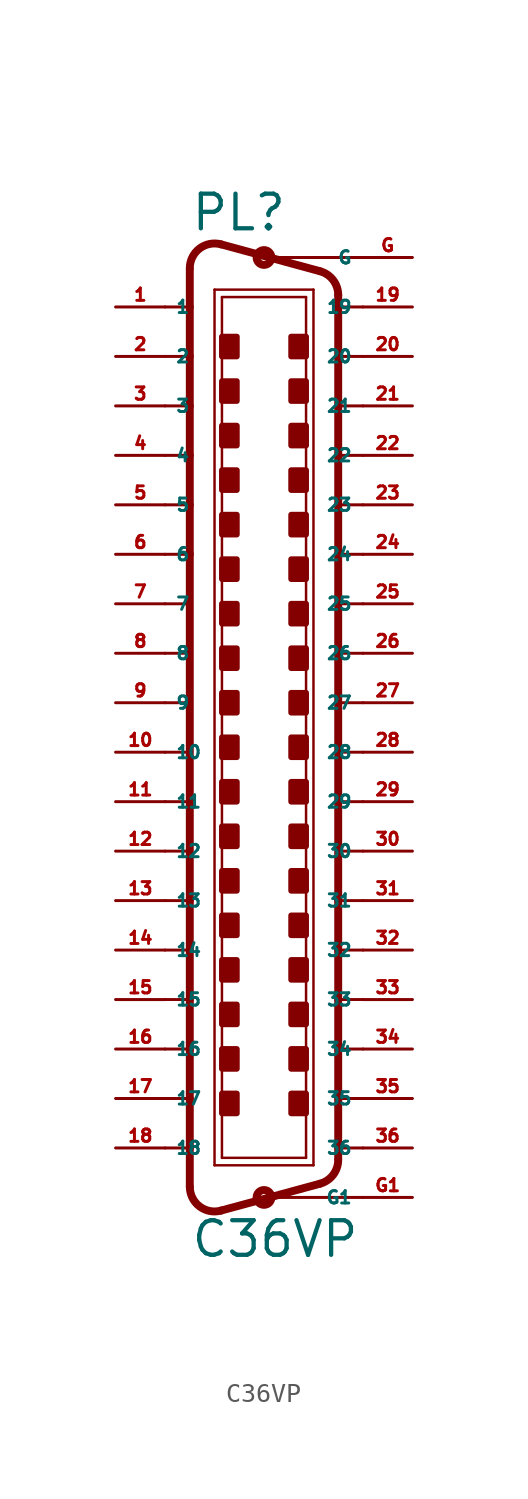
<source format=kicad_sym>
(kicad_symbol_lib
  (version 20220914)
  (generator Eagle2Kicad)
  (symbol "C36VP"
    (property "Reference" "PL"
      (at -3.81 24.13 0)
      (effects (font (size 1.778 1.778) (thickness 0.22)) (justify left bottom)))
    (property "Value" "C36VP"
      (at -3.81 -28.575 0)
      (effects (font (size 1.778 1.778) (thickness 0.22)) (justify left bottom)))
    (polyline
      (pts (xy -2.54 21.209) (xy 2.54 21.209))
      (stroke (width 0.127) (type default))
      (fill (type none)))
    (polyline
      (pts (xy -2.54 -23.749) (xy 2.54 -23.749))
      (stroke (width 0.127) (type default))
      (fill (type none)))
    (polyline
      (pts (xy -2.159 20.828) (xy 2.159 20.828))
      (stroke (width 0.127) (type default))
      (fill (type none)))
    (polyline
      (pts (xy 2.159 -23.368) (xy -2.159 -23.368))
      (stroke (width 0.127) (type default))
      (fill (type none)))
    (polyline
      (pts (xy 2.873 22.155) (xy -2.207 23.535))
      (stroke (width 0.406) (type default))
      (fill (type none)))
    (polyline
      (pts (xy 2.873 -24.695) (xy -2.207 -26.075))
      (stroke (width 0.406) (type default))
      (fill (type none)))
    (polyline
      (pts (xy -2.54 -23.749) (xy -2.54 21.209))
      (stroke (width 0.127) (type default))
      (fill (type none)))
    (polyline
      (pts (xy -3.81 22.264) (xy -3.81 20.32))
      (stroke (width 0.406) (type default))
      (fill (type none)))
    (polyline
      (pts (xy -3.81 20.32) (xy -3.81 17.78))
      (stroke (width 0.406) (type default))
      (fill (type none)))
    (polyline
      (pts (xy -3.81 17.78) (xy -3.81 15.24))
      (stroke (width 0.406) (type default))
      (fill (type none)))
    (polyline
      (pts (xy -3.81 15.24) (xy -3.81 12.7))
      (stroke (width 0.406) (type default))
      (fill (type none)))
    (polyline
      (pts (xy -3.81 12.7) (xy -3.81 10.16))
      (stroke (width 0.406) (type default))
      (fill (type none)))
    (polyline
      (pts (xy -3.81 10.16) (xy -3.81 7.62))
      (stroke (width 0.406) (type default))
      (fill (type none)))
    (polyline
      (pts (xy -3.81 7.62) (xy -3.81 -10.16))
      (stroke (width 0.406) (type default))
      (fill (type none)))
    (polyline
      (pts (xy -3.81 -10.16) (xy -3.81 -12.7))
      (stroke (width 0.406) (type default))
      (fill (type none)))
    (polyline
      (pts (xy -3.81 -12.7) (xy -3.81 -15.24))
      (stroke (width 0.406) (type default))
      (fill (type none)))
    (polyline
      (pts (xy -3.81 -15.24) (xy -3.81 -17.78))
      (stroke (width 0.406) (type default))
      (fill (type none)))
    (polyline
      (pts (xy -3.81 -17.78) (xy -3.81 -20.32))
      (stroke (width 0.406) (type default))
      (fill (type none)))
    (polyline
      (pts (xy -3.81 -20.32) (xy -3.81 -22.86))
      (stroke (width 0.406) (type default))
      (fill (type none)))
    (polyline
      (pts (xy -3.81 -22.86) (xy -3.81 -24.85))
      (stroke (width 0.406) (type default))
      (fill (type none)))
    (arc
      (start -3.81 -24.8498)
      (mid -3.311 -25.859)
      (end -2.207 -26.0754)
      (stroke (width 0.4064) (type default))
      (fill (type none)))
    (arc
      (start -2.207 23.5353)
      (mid -3.311 23.319)
      (end -3.81 22.3098)
      (stroke (width 0.4064) (type default))
      (fill (type none)))
    (polyline
      (pts (xy -2.159 -23.368) (xy -2.159 20.828))
      (stroke (width 0.127) (type default))
      (fill (type none)))
    (polyline
      (pts (xy 2.54 -23.749) (xy 2.54 21.209))
      (stroke (width 0.127) (type default))
      (fill (type none)))
    (polyline
      (pts (xy 3.81 -23.424) (xy 3.81 -22.86))
      (stroke (width 0.406) (type default))
      (fill (type none)))
    (polyline
      (pts (xy 3.81 -22.86) (xy 3.81 -20.32))
      (stroke (width 0.406) (type default))
      (fill (type none)))
    (polyline
      (pts (xy 3.81 -20.32) (xy 3.81 -17.78))
      (stroke (width 0.406) (type default))
      (fill (type none)))
    (polyline
      (pts (xy 3.81 -17.78) (xy 3.81 -15.24))
      (stroke (width 0.406) (type default))
      (fill (type none)))
    (polyline
      (pts (xy 3.81 -15.24) (xy 3.81 -12.7))
      (stroke (width 0.406) (type default))
      (fill (type none)))
    (polyline
      (pts (xy 3.81 -12.7) (xy 3.81 -10.16))
      (stroke (width 0.406) (type default))
      (fill (type none)))
    (polyline
      (pts (xy 3.81 -10.16) (xy 3.81 7.62))
      (stroke (width 0.406) (type default))
      (fill (type none)))
    (polyline
      (pts (xy 3.81 7.62) (xy 3.81 10.16))
      (stroke (width 0.406) (type default))
      (fill (type none)))
    (polyline
      (pts (xy 3.81 10.16) (xy 3.81 12.7))
      (stroke (width 0.406) (type default))
      (fill (type none)))
    (polyline
      (pts (xy 3.81 12.7) (xy 3.81 15.24))
      (stroke (width 0.406) (type default))
      (fill (type none)))
    (polyline
      (pts (xy 3.81 15.24) (xy 3.81 17.78))
      (stroke (width 0.406) (type default))
      (fill (type none)))
    (polyline
      (pts (xy 3.81 17.78) (xy 3.81 20.32))
      (stroke (width 0.406) (type default))
      (fill (type none)))
    (polyline
      (pts (xy 3.81 20.32) (xy 3.81 20.93))
      (stroke (width 0.406) (type default))
      (fill (type none)))
    (arc
      (start 2.873 -24.6951)
      (mid 3.549 -24.241)
      (end 3.81 -23.4696)
      (stroke (width 0.4064) (type default))
      (fill (type none)))
    (polyline
      (pts (xy 2.159 20.828) (xy 2.159 -23.368))
      (stroke (width 0.127) (type default))
      (fill (type none)))
    (arc
      (start 3.81 20.9296)
      (mid 3.549 21.701)
      (end 2.873 22.1552)
      (stroke (width 0.4064) (type default))
      (fill (type none)))
    (polyline
      (pts (xy -5.08 20.32) (xy -3.81 20.32))
      (stroke (width 0.152) (type default))
      (fill (type none)))
    (polyline
      (pts (xy -5.08 17.78) (xy -3.81 17.78))
      (stroke (width 0.152) (type default))
      (fill (type none)))
    (polyline
      (pts (xy -5.08 15.24) (xy -3.81 15.24))
      (stroke (width 0.152) (type default))
      (fill (type none)))
    (polyline
      (pts (xy -5.08 -15.24) (xy -3.81 -15.24))
      (stroke (width 0.152) (type default))
      (fill (type none)))
    (polyline
      (pts (xy -5.08 -17.78) (xy -3.81 -17.78))
      (stroke (width 0.152) (type default))
      (fill (type none)))
    (polyline
      (pts (xy -5.08 -20.32) (xy -3.81 -20.32))
      (stroke (width 0.152) (type default))
      (fill (type none)))
    (polyline
      (pts (xy -5.08 -22.86) (xy -3.81 -22.86))
      (stroke (width 0.152) (type default))
      (fill (type none)))
    (polyline
      (pts (xy 5.08 -22.86) (xy 3.81 -22.86))
      (stroke (width 0.152) (type default))
      (fill (type none)))
    (polyline
      (pts (xy 5.08 -20.32) (xy 3.81 -20.32))
      (stroke (width 0.152) (type default))
      (fill (type none)))
    (polyline
      (pts (xy 5.08 -17.78) (xy 3.81 -17.78))
      (stroke (width 0.152) (type default))
      (fill (type none)))
    (polyline
      (pts (xy 5.08 -15.24) (xy 3.81 -15.24))
      (stroke (width 0.152) (type default))
      (fill (type none)))
    (polyline
      (pts (xy 5.08 15.24) (xy 3.81 15.24))
      (stroke (width 0.152) (type default))
      (fill (type none)))
    (polyline
      (pts (xy 5.08 17.78) (xy 3.81 17.78))
      (stroke (width 0.152) (type default))
      (fill (type none)))
    (polyline
      (pts (xy 5.08 20.32) (xy 3.81 20.32))
      (stroke (width 0.152) (type default))
      (fill (type none)))
    (polyline
      (pts (xy 5.08 12.7) (xy 3.81 12.7))
      (stroke (width 0.152) (type default))
      (fill (type none)))
    (polyline
      (pts (xy 5.08 10.16) (xy 3.81 10.16))
      (stroke (width 0.152) (type default))
      (fill (type none)))
    (polyline
      (pts (xy 5.08 7.62) (xy 3.81 7.62))
      (stroke (width 0.152) (type default))
      (fill (type none)))
    (polyline
      (pts (xy 5.08 -10.16) (xy 3.81 -10.16))
      (stroke (width 0.152) (type default))
      (fill (type none)))
    (polyline
      (pts (xy 5.08 -12.7) (xy 3.81 -12.7))
      (stroke (width 0.152) (type default))
      (fill (type none)))
    (polyline
      (pts (xy -3.81 12.7) (xy -5.08 12.7))
      (stroke (width 0.152) (type default))
      (fill (type none)))
    (polyline
      (pts (xy -3.81 10.16) (xy -5.08 10.16))
      (stroke (width 0.152) (type default))
      (fill (type none)))
    (polyline
      (pts (xy -3.81 7.62) (xy -5.08 7.62))
      (stroke (width 0.152) (type default))
      (fill (type none)))
    (polyline
      (pts (xy -3.81 -10.16) (xy -5.08 -10.16))
      (stroke (width 0.152) (type default))
      (fill (type none)))
    (polyline
      (pts (xy -3.81 -12.7) (xy -5.08 -12.7))
      (stroke (width 0.152) (type default))
      (fill (type none)))
    (polyline
      (pts (xy -5.08 0) (xy -3.81 0))
      (stroke (width 0.152) (type default))
      (fill (type none)))
    (polyline
      (pts (xy -5.08 -2.54) (xy -3.81 -2.54))
      (stroke (width 0.152) (type default))
      (fill (type none)))
    (polyline
      (pts (xy -5.08 -5.08) (xy -3.81 -5.08))
      (stroke (width 0.152) (type default))
      (fill (type none)))
    (polyline
      (pts (xy -5.08 -7.62) (xy -3.81 -7.62))
      (stroke (width 0.152) (type default))
      (fill (type none)))
    (polyline
      (pts (xy -3.81 5.08) (xy -5.08 5.08))
      (stroke (width 0.152) (type default))
      (fill (type none)))
    (polyline
      (pts (xy -3.81 2.54) (xy -5.08 2.54))
      (stroke (width 0.152) (type default))
      (fill (type none)))
    (polyline
      (pts (xy 5.08 -2.54) (xy 3.81 -2.54))
      (stroke (width 0.152) (type default))
      (fill (type none)))
    (polyline
      (pts (xy 5.08 0) (xy 3.81 0))
      (stroke (width 0.152) (type default))
      (fill (type none)))
    (polyline
      (pts (xy 5.08 2.54) (xy 3.81 2.54))
      (stroke (width 0.152) (type default))
      (fill (type none)))
    (polyline
      (pts (xy 5.08 5.08) (xy 3.81 5.08))
      (stroke (width 0.152) (type default))
      (fill (type none)))
    (polyline
      (pts (xy 3.81 -7.62) (xy 5.08 -7.62))
      (stroke (width 0.152) (type default))
      (fill (type none)))
    (polyline
      (pts (xy 3.81 -5.08) (xy 5.08 -5.08))
      (stroke (width 0.152) (type default))
      (fill (type none)))
    (polyline
      (pts (xy 5.08 22.86) (xy 0 22.86))
      (stroke (width 0.152) (type default))
      (fill (type none)))
    (polyline
      (pts (xy 5.08 -25.4) (xy 0 -25.4))
      (stroke (width 0.152) (type default))
      (fill (type none)))
    (circle
      (center 0 22.86)
      (radius 0.381)
      (stroke (width 0.406) (type default))
      (fill (type none)))
    (circle
      (center 0 -25.4)
      (radius 0.381)
      (stroke (width 0.406) (type default))
      (fill (type none)))
    (rectangle
      (start -2.159 17.78)
      (end -1.397 18.796)
      (stroke (width 0.3) (type default))
      (fill (type outline)))
    (rectangle
      (start -2.159 15.494)
      (end -1.397 16.51)
      (stroke (width 0.3) (type default))
      (fill (type outline)))
    (rectangle
      (start 1.397 17.78)
      (end 2.159 18.796)
      (stroke (width 0.3) (type default))
      (fill (type outline)))
    (rectangle
      (start 1.397 15.494)
      (end 2.159 16.51)
      (stroke (width 0.3) (type default))
      (fill (type outline)))
    (rectangle
      (start -2.159 13.208)
      (end -1.397 14.224)
      (stroke (width 0.3) (type default))
      (fill (type outline)))
    (rectangle
      (start -2.159 10.922)
      (end -1.397 11.938)
      (stroke (width 0.3) (type default))
      (fill (type outline)))
    (rectangle
      (start 1.397 13.208)
      (end 2.159 14.224)
      (stroke (width 0.3) (type default))
      (fill (type outline)))
    (rectangle
      (start 1.397 10.922)
      (end 2.159 11.938)
      (stroke (width 0.3) (type default))
      (fill (type outline)))
    (rectangle
      (start -2.159 8.636)
      (end -1.397 9.652)
      (stroke (width 0.3) (type default))
      (fill (type outline)))
    (rectangle
      (start -2.159 -14.224)
      (end -1.397 -13.208)
      (stroke (width 0.3) (type default))
      (fill (type outline)))
    (rectangle
      (start 1.397 -14.224)
      (end 2.159 -13.208)
      (stroke (width 0.3) (type default))
      (fill (type outline)))
    (rectangle
      (start 1.397 -16.51)
      (end 2.159 -15.494)
      (stroke (width 0.3) (type default))
      (fill (type outline)))
    (rectangle
      (start -2.159 -16.51)
      (end -1.397 -15.494)
      (stroke (width 0.3) (type default))
      (fill (type outline)))
    (rectangle
      (start -2.159 -18.796)
      (end -1.397 -17.78)
      (stroke (width 0.3) (type default))
      (fill (type outline)))
    (rectangle
      (start 1.397 -11.938)
      (end 2.159 -10.922)
      (stroke (width 0.3) (type default))
      (fill (type outline)))
    (rectangle
      (start 1.397 -18.796)
      (end 2.159 -17.78)
      (stroke (width 0.3) (type default))
      (fill (type outline)))
    (rectangle
      (start -2.159 -21.082)
      (end -1.397 -20.066)
      (stroke (width 0.3) (type default))
      (fill (type outline)))
    (rectangle
      (start 1.397 -21.082)
      (end 2.159 -20.066)
      (stroke (width 0.3) (type default))
      (fill (type outline)))
    (rectangle
      (start -2.159 6.35)
      (end -1.397 7.366)
      (stroke (width 0.3) (type default))
      (fill (type outline)))
    (rectangle
      (start -2.159 -9.652)
      (end -1.397 -8.636)
      (stroke (width 0.3) (type default))
      (fill (type outline)))
    (rectangle
      (start -2.159 -11.938)
      (end -1.397 -10.922)
      (stroke (width 0.3) (type default))
      (fill (type outline)))
    (rectangle
      (start 1.397 -9.652)
      (end 2.159 -8.636)
      (stroke (width 0.3) (type default))
      (fill (type outline)))
    (rectangle
      (start 1.397 6.35)
      (end 2.159 7.366)
      (stroke (width 0.3) (type default))
      (fill (type outline)))
    (rectangle
      (start 1.397 8.636)
      (end 2.159 9.652)
      (stroke (width 0.3) (type default))
      (fill (type outline)))
    (rectangle
      (start -2.159 4.064)
      (end -1.397 5.08)
      (stroke (width 0.3) (type default))
      (fill (type outline)))
    (rectangle
      (start -2.159 1.778)
      (end -1.397 2.794)
      (stroke (width 0.3) (type default))
      (fill (type outline)))
    (rectangle
      (start -2.159 -0.508)
      (end -1.397 0.508)
      (stroke (width 0.3) (type default))
      (fill (type outline)))
    (rectangle
      (start -2.159 -2.794)
      (end -1.397 -1.778)
      (stroke (width 0.3) (type default))
      (fill (type outline)))
    (rectangle
      (start -2.159 -5.08)
      (end -1.397 -4.064)
      (stroke (width 0.3) (type default))
      (fill (type outline)))
    (rectangle
      (start -2.159 -7.366)
      (end -1.397 -6.35)
      (stroke (width 0.3) (type default))
      (fill (type outline)))
    (rectangle
      (start 1.397 4.064)
      (end 2.159 5.08)
      (stroke (width 0.3) (type default))
      (fill (type outline)))
    (rectangle
      (start 1.397 1.778)
      (end 2.159 2.794)
      (stroke (width 0.3) (type default))
      (fill (type outline)))
    (rectangle
      (start 1.397 -0.508)
      (end 2.159 0.508)
      (stroke (width 0.3) (type default))
      (fill (type outline)))
    (rectangle
      (start 1.397 -2.794)
      (end 2.159 -1.778)
      (stroke (width 0.3) (type default))
      (fill (type outline)))
    (rectangle
      (start 1.397 -5.08)
      (end 2.159 -4.064)
      (stroke (width 0.3) (type default))
      (fill (type outline)))
    (rectangle
      (start 1.397 -7.366)
      (end 2.159 -6.35)
      (stroke (width 0.3) (type default))
      (fill (type outline)))
    (pin passive line
      (at 7.62 22.86 180)
      (length 2.54)
      (name "G" (effects (font (size 0.635 0.635) (thickness 0.08)) (justify left bottom)))
      (number "G" (effects (font (size 0.635 0.635) (thickness 0.08)) (justify left bottom))))
    (pin passive line
      (at 7.62 -25.4 180)
      (length 2.54)
      (name "G1" (effects (font (size 0.635 0.635) (thickness 0.08)) (justify left bottom)))
      (number "G1" (effects (font (size 0.635 0.635) (thickness 0.08)) (justify left bottom))))
    (pin passive line
      (at -7.62 20.32 0)
      (length 2.54)
      (name "1" (effects (font (size 0.635 0.635) (thickness 0.08)) (justify left bottom)))
      (number "1" (effects (font (size 0.635 0.635) (thickness 0.08)) (justify left bottom))))
    (pin passive line
      (at -7.62 17.78 0)
      (length 2.54)
      (name "2" (effects (font (size 0.635 0.635) (thickness 0.08)) (justify left bottom)))
      (number "2" (effects (font (size 0.635 0.635) (thickness 0.08)) (justify left bottom))))
    (pin passive line
      (at -7.62 15.24 0)
      (length 2.54)
      (name "3" (effects (font (size 0.635 0.635) (thickness 0.08)) (justify left bottom)))
      (number "3" (effects (font (size 0.635 0.635) (thickness 0.08)) (justify left bottom))))
    (pin passive line
      (at -7.62 12.7 0)
      (length 2.54)
      (name "4" (effects (font (size 0.635 0.635) (thickness 0.08)) (justify left bottom)))
      (number "4" (effects (font (size 0.635 0.635) (thickness 0.08)) (justify left bottom))))
    (pin passive line
      (at -7.62 10.16 0)
      (length 2.54)
      (name "5" (effects (font (size 0.635 0.635) (thickness 0.08)) (justify left bottom)))
      (number "5" (effects (font (size 0.635 0.635) (thickness 0.08)) (justify left bottom))))
    (pin passive line
      (at -7.62 7.62 0)
      (length 2.54)
      (name "6" (effects (font (size 0.635 0.635) (thickness 0.08)) (justify left bottom)))
      (number "6" (effects (font (size 0.635 0.635) (thickness 0.08)) (justify left bottom))))
    (pin passive line
      (at -7.62 5.08 0)
      (length 2.54)
      (name "7" (effects (font (size 0.635 0.635) (thickness 0.08)) (justify left bottom)))
      (number "7" (effects (font (size 0.635 0.635) (thickness 0.08)) (justify left bottom))))
    (pin passive line
      (at -7.62 2.54 0)
      (length 2.54)
      (name "8" (effects (font (size 0.635 0.635) (thickness 0.08)) (justify left bottom)))
      (number "8" (effects (font (size 0.635 0.635) (thickness 0.08)) (justify left bottom))))
    (pin passive line
      (at -7.62 0 0)
      (length 2.54)
      (name "9" (effects (font (size 0.635 0.635) (thickness 0.08)) (justify left bottom)))
      (number "9" (effects (font (size 0.635 0.635) (thickness 0.08)) (justify left bottom))))
    (pin passive line
      (at -7.62 -2.54 0)
      (length 2.54)
      (name "10" (effects (font (size 0.635 0.635) (thickness 0.08)) (justify left bottom)))
      (number "10" (effects (font (size 0.635 0.635) (thickness 0.08)) (justify left bottom))))
    (pin passive line
      (at -7.62 -5.08 0)
      (length 2.54)
      (name "11" (effects (font (size 0.635 0.635) (thickness 0.08)) (justify left bottom)))
      (number "11" (effects (font (size 0.635 0.635) (thickness 0.08)) (justify left bottom))))
    (pin passive line
      (at -7.62 -7.62 0)
      (length 2.54)
      (name "12" (effects (font (size 0.635 0.635) (thickness 0.08)) (justify left bottom)))
      (number "12" (effects (font (size 0.635 0.635) (thickness 0.08)) (justify left bottom))))
    (pin passive line
      (at -7.62 -10.16 0)
      (length 2.54)
      (name "13" (effects (font (size 0.635 0.635) (thickness 0.08)) (justify left bottom)))
      (number "13" (effects (font (size 0.635 0.635) (thickness 0.08)) (justify left bottom))))
    (pin passive line
      (at -7.62 -12.7 0)
      (length 2.54)
      (name "14" (effects (font (size 0.635 0.635) (thickness 0.08)) (justify left bottom)))
      (number "14" (effects (font (size 0.635 0.635) (thickness 0.08)) (justify left bottom))))
    (pin passive line
      (at -7.62 -15.24 0)
      (length 2.54)
      (name "15" (effects (font (size 0.635 0.635) (thickness 0.08)) (justify left bottom)))
      (number "15" (effects (font (size 0.635 0.635) (thickness 0.08)) (justify left bottom))))
    (pin passive line
      (at -7.62 -17.78 0)
      (length 2.54)
      (name "16" (effects (font (size 0.635 0.635) (thickness 0.08)) (justify left bottom)))
      (number "16" (effects (font (size 0.635 0.635) (thickness 0.08)) (justify left bottom))))
    (pin passive line
      (at -7.62 -20.32 0)
      (length 2.54)
      (name "17" (effects (font (size 0.635 0.635) (thickness 0.08)) (justify left bottom)))
      (number "17" (effects (font (size 0.635 0.635) (thickness 0.08)) (justify left bottom))))
    (pin passive line
      (at -7.62 -22.86 0)
      (length 2.54)
      (name "18" (effects (font (size 0.635 0.635) (thickness 0.08)) (justify left bottom)))
      (number "18" (effects (font (size 0.635 0.635) (thickness 0.08)) (justify left bottom))))
    (pin passive line
      (at 7.62 20.32 180)
      (length 2.54)
      (name "19" (effects (font (size 0.635 0.635) (thickness 0.08)) (justify left bottom)))
      (number "19" (effects (font (size 0.635 0.635) (thickness 0.08)) (justify left bottom))))
    (pin passive line
      (at 7.62 17.78 180)
      (length 2.54)
      (name "20" (effects (font (size 0.635 0.635) (thickness 0.08)) (justify left bottom)))
      (number "20" (effects (font (size 0.635 0.635) (thickness 0.08)) (justify left bottom))))
    (pin passive line
      (at 7.62 15.24 180)
      (length 2.54)
      (name "21" (effects (font (size 0.635 0.635) (thickness 0.08)) (justify left bottom)))
      (number "21" (effects (font (size 0.635 0.635) (thickness 0.08)) (justify left bottom))))
    (pin passive line
      (at 7.62 12.7 180)
      (length 2.54)
      (name "22" (effects (font (size 0.635 0.635) (thickness 0.08)) (justify left bottom)))
      (number "22" (effects (font (size 0.635 0.635) (thickness 0.08)) (justify left bottom))))
    (pin passive line
      (at 7.62 10.16 180)
      (length 2.54)
      (name "23" (effects (font (size 0.635 0.635) (thickness 0.08)) (justify left bottom)))
      (number "23" (effects (font (size 0.635 0.635) (thickness 0.08)) (justify left bottom))))
    (pin passive line
      (at 7.62 7.62 180)
      (length 2.54)
      (name "24" (effects (font (size 0.635 0.635) (thickness 0.08)) (justify left bottom)))
      (number "24" (effects (font (size 0.635 0.635) (thickness 0.08)) (justify left bottom))))
    (pin passive line
      (at 7.62 5.08 180)
      (length 2.54)
      (name "25" (effects (font (size 0.635 0.635) (thickness 0.08)) (justify left bottom)))
      (number "25" (effects (font (size 0.635 0.635) (thickness 0.08)) (justify left bottom))))
    (pin passive line
      (at 7.62 2.54 180)
      (length 2.54)
      (name "26" (effects (font (size 0.635 0.635) (thickness 0.08)) (justify left bottom)))
      (number "26" (effects (font (size 0.635 0.635) (thickness 0.08)) (justify left bottom))))
    (pin passive line
      (at 7.62 0 180)
      (length 2.54)
      (name "27" (effects (font (size 0.635 0.635) (thickness 0.08)) (justify left bottom)))
      (number "27" (effects (font (size 0.635 0.635) (thickness 0.08)) (justify left bottom))))
    (pin passive line
      (at 7.62 -2.54 180)
      (length 2.54)
      (name "28" (effects (font (size 0.635 0.635) (thickness 0.08)) (justify left bottom)))
      (number "28" (effects (font (size 0.635 0.635) (thickness 0.08)) (justify left bottom))))
    (pin passive line
      (at 7.62 -5.08 180)
      (length 2.54)
      (name "29" (effects (font (size 0.635 0.635) (thickness 0.08)) (justify left bottom)))
      (number "29" (effects (font (size 0.635 0.635) (thickness 0.08)) (justify left bottom))))
    (pin passive line
      (at 7.62 -7.62 180)
      (length 2.54)
      (name "30" (effects (font (size 0.635 0.635) (thickness 0.08)) (justify left bottom)))
      (number "30" (effects (font (size 0.635 0.635) (thickness 0.08)) (justify left bottom))))
    (pin passive line
      (at 7.62 -10.16 180)
      (length 2.54)
      (name "31" (effects (font (size 0.635 0.635) (thickness 0.08)) (justify left bottom)))
      (number "31" (effects (font (size 0.635 0.635) (thickness 0.08)) (justify left bottom))))
    (pin passive line
      (at 7.62 -12.7 180)
      (length 2.54)
      (name "32" (effects (font (size 0.635 0.635) (thickness 0.08)) (justify left bottom)))
      (number "32" (effects (font (size 0.635 0.635) (thickness 0.08)) (justify left bottom))))
    (pin passive line
      (at 7.62 -15.24 180)
      (length 2.54)
      (name "33" (effects (font (size 0.635 0.635) (thickness 0.08)) (justify left bottom)))
      (number "33" (effects (font (size 0.635 0.635) (thickness 0.08)) (justify left bottom))))
    (pin passive line
      (at 7.62 -17.78 180)
      (length 2.54)
      (name "34" (effects (font (size 0.635 0.635) (thickness 0.08)) (justify left bottom)))
      (number "34" (effects (font (size 0.635 0.635) (thickness 0.08)) (justify left bottom))))
    (pin passive line
      (at 7.62 -20.32 180)
      (length 2.54)
      (name "35" (effects (font (size 0.635 0.635) (thickness 0.08)) (justify left bottom)))
      (number "35" (effects (font (size 0.635 0.635) (thickness 0.08)) (justify left bottom))))
    (pin passive line
      (at 7.62 -22.86 180)
      (length 2.54)
      (name "36" (effects (font (size 0.635 0.635) (thickness 0.08)) (justify left bottom)))
      (number "36" (effects (font (size 0.635 0.635) (thickness 0.08)) (justify left bottom))))))
</source>
